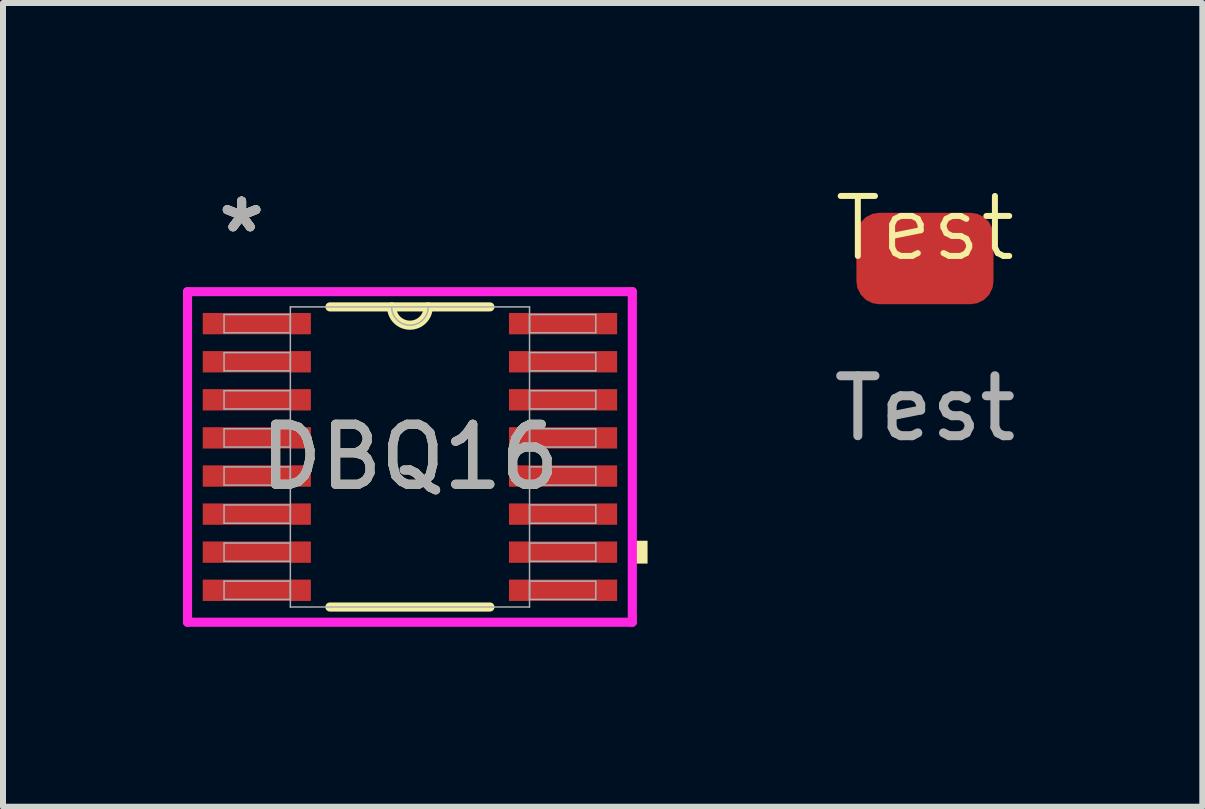
<source format=kicad_pcb>
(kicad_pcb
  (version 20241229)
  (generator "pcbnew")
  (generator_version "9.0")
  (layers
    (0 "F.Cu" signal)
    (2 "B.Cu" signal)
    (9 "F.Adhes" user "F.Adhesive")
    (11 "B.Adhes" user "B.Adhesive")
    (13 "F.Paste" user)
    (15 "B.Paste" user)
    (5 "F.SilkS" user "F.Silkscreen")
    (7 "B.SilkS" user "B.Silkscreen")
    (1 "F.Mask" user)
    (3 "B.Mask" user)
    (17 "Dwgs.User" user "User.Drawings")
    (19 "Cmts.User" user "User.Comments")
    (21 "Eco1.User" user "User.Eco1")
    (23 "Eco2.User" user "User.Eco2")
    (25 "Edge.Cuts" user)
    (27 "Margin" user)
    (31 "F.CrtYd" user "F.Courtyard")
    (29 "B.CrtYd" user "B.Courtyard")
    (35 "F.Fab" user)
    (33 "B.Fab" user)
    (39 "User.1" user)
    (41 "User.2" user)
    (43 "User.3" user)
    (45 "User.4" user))
  (footprint "Test"
    (layer "F.Cu")
    (at 12.372 1.26)
    (property "Reference" "Test" (at 0 -0.5 0) (unlocked yes) (layer "F.SilkS") (effects (font (size 1 1) (thickness 0.1))))
    (attr smd)
    (fp_text user "${REFERENCE}" (at 0 2.5 0) (unlocked yes) (layer "F.Fab") (effects (font (size 1 1) (thickness 0.15))))
    (pad "1" smd roundrect (at 0 0) (size 2.286 1.524) (layers "F.Cu" "F.Mask" "F.Paste") (roundrect_rratio 0.25)))
  (footprint "DBQ16"
    (layer "F.Cu")
    (at 3.785 4.569)
    (property "Reference" "DBQ16" (at 0 0 0) (unlocked yes) (layer "F.SilkS") (effects (font (size 1 1) (thickness 0.15))))
    (attr smd)
    (fp_line (start -1.334 2.502) (end 1.334 2.502) (stroke (width 0.152) (type solid)) (layer "F.SilkS"))
    (fp_line (start 1.334 -2.502) (end -1.334 -2.502) (stroke (width 0.152) (type solid)) (layer "F.SilkS"))
    (fp_arc (start 0.3048 -2.5019) (mid 0 -2.1971) (end -0.3048 -2.5019) (stroke (width 0.1524) (type solid)) (layer "F.SilkS"))
    (fp_poly (pts (xy 3.962 1.397) (xy 3.962 1.778) (xy 3.708 1.778) (xy 3.708 1.397)) (stroke (width 0) (type solid)) (fill yes) (layer "F.SilkS"))
    (fp_line (start -3.708 -2.756) (end 3.708 -2.756) (stroke (width 0.152) (type solid)) (layer "F.CrtYd"))
    (fp_line (start -3.708 2.756) (end -3.708 -2.756) (stroke (width 0.152) (type solid)) (layer "F.CrtYd"))
    (fp_line (start 3.708 -2.756) (end 3.708 2.756) (stroke (width 0.152) (type solid)) (layer "F.CrtYd"))
    (fp_line (start 3.708 2.756) (end -3.708 2.756) (stroke (width 0.152) (type solid)) (layer "F.CrtYd"))
    (fp_line (start -3.099 -2.375) (end -3.099 -2.07) (stroke (width 0.025) (type solid)) (layer "F.Fab"))
    (fp_line (start -3.099 -2.07) (end -1.994 -2.07) (stroke (width 0.025) (type solid)) (layer "F.Fab"))
    (fp_line (start -3.099 -1.74) (end -3.099 -1.435) (stroke (width 0.025) (type solid)) (layer "F.Fab"))
    (fp_line (start -3.099 -1.435) (end -1.994 -1.435) (stroke (width 0.025) (type solid)) (layer "F.Fab"))
    (fp_line (start -3.099 -1.105) (end -3.099 -0.8) (stroke (width 0.025) (type solid)) (layer "F.Fab"))
    (fp_line (start -3.099 -0.8) (end -1.994 -0.8) (stroke (width 0.025) (type solid)) (layer "F.Fab"))
    (fp_line (start -3.099 -0.47) (end -3.099 -0.165) (stroke (width 0.025) (type solid)) (layer "F.Fab"))
    (fp_line (start -3.099 -0.165) (end -1.994 -0.165) (stroke (width 0.025) (type solid)) (layer "F.Fab"))
    (fp_line (start -3.099 0.165) (end -3.099 0.47) (stroke (width 0.025) (type solid)) (layer "F.Fab"))
    (fp_line (start -3.099 0.47) (end -1.994 0.47) (stroke (width 0.025) (type solid)) (layer "F.Fab"))
    (fp_line (start -3.099 0.8) (end -3.099 1.105) (stroke (width 0.025) (type solid)) (layer "F.Fab"))
    (fp_line (start -3.099 1.105) (end -1.994 1.105) (stroke (width 0.025) (type solid)) (layer "F.Fab"))
    (fp_line (start -3.099 1.435) (end -3.099 1.74) (stroke (width 0.025) (type solid)) (layer "F.Fab"))
    (fp_line (start -3.099 1.74) (end -1.994 1.74) (stroke (width 0.025) (type solid)) (layer "F.Fab"))
    (fp_line (start -3.099 2.07) (end -3.099 2.375) (stroke (width 0.025) (type solid)) (layer "F.Fab"))
    (fp_line (start -3.099 2.375) (end -1.994 2.375) (stroke (width 0.025) (type solid)) (layer "F.Fab"))
    (fp_line (start -1.994 -2.502) (end -1.994 2.502) (stroke (width 0.025) (type solid)) (layer "F.Fab"))
    (fp_line (start -1.994 -2.375) (end -3.099 -2.375) (stroke (width 0.025) (type solid)) (layer "F.Fab"))
    (fp_line (start -1.994 -2.07) (end -1.994 -2.375) (stroke (width 0.025) (type solid)) (layer "F.Fab"))
    (fp_line (start -1.994 -1.74) (end -3.099 -1.74) (stroke (width 0.025) (type solid)) (layer "F.Fab"))
    (fp_line (start -1.994 -1.435) (end -1.994 -1.74) (stroke (width 0.025) (type solid)) (layer "F.Fab"))
    (fp_line (start -1.994 -1.105) (end -3.099 -1.105) (stroke (width 0.025) (type solid)) (layer "F.Fab"))
    (fp_line (start -1.994 -0.8) (end -1.994 -1.105) (stroke (width 0.025) (type solid)) (layer "F.Fab"))
    (fp_line (start -1.994 -0.47) (end -3.099 -0.47) (stroke (width 0.025) (type solid)) (layer "F.Fab"))
    (fp_line (start -1.994 -0.165) (end -1.994 -0.47) (stroke (width 0.025) (type solid)) (layer "F.Fab"))
    (fp_line (start -1.994 0.165) (end -3.099 0.165) (stroke (width 0.025) (type solid)) (layer "F.Fab"))
    (fp_line (start -1.994 0.47) (end -1.994 0.165) (stroke (width 0.025) (type solid)) (layer "F.Fab"))
    (fp_line (start -1.994 0.8) (end -3.099 0.8) (stroke (width 0.025) (type solid)) (layer "F.Fab"))
    (fp_line (start -1.994 1.105) (end -1.994 0.8) (stroke (width 0.025) (type solid)) (layer "F.Fab"))
    (fp_line (start -1.994 1.435) (end -3.099 1.435) (stroke (width 0.025) (type solid)) (layer "F.Fab"))
    (fp_line (start -1.994 1.74) (end -1.994 1.435) (stroke (width 0.025) (type solid)) (layer "F.Fab"))
    (fp_line (start -1.994 2.07) (end -3.099 2.07) (stroke (width 0.025) (type solid)) (layer "F.Fab"))
    (fp_line (start -1.994 2.375) (end -1.994 2.07) (stroke (width 0.025) (type solid)) (layer "F.Fab"))
    (fp_line (start -1.994 2.502) (end 1.994 2.502) (stroke (width 0.025) (type solid)) (layer "F.Fab"))
    (fp_line (start 1.994 -2.502) (end -1.994 -2.502) (stroke (width 0.025) (type solid)) (layer "F.Fab"))
    (fp_line (start 1.994 -2.375) (end 1.994 -2.07) (stroke (width 0.025) (type solid)) (layer "F.Fab"))
    (fp_line (start 1.994 -2.07) (end 3.099 -2.07) (stroke (width 0.025) (type solid)) (layer "F.Fab"))
    (fp_line (start 1.994 -1.74) (end 1.994 -1.435) (stroke (width 0.025) (type solid)) (layer "F.Fab"))
    (fp_line (start 1.994 -1.435) (end 3.099 -1.435) (stroke (width 0.025) (type solid)) (layer "F.Fab"))
    (fp_line (start 1.994 -1.105) (end 1.994 -0.8) (stroke (width 0.025) (type solid)) (layer "F.Fab"))
    (fp_line (start 1.994 -0.8) (end 3.099 -0.8) (stroke (width 0.025) (type solid)) (layer "F.Fab"))
    (fp_line (start 1.994 -0.47) (end 1.994 -0.165) (stroke (width 0.025) (type solid)) (layer "F.Fab"))
    (fp_line (start 1.994 -0.165) (end 3.099 -0.165) (stroke (width 0.025) (type solid)) (layer "F.Fab"))
    (fp_line (start 1.994 0.165) (end 1.994 0.47) (stroke (width 0.025) (type solid)) (layer "F.Fab"))
    (fp_line (start 1.994 0.47) (end 3.099 0.47) (stroke (width 0.025) (type solid)) (layer "F.Fab"))
    (fp_line (start 1.994 0.8) (end 1.994 1.105) (stroke (width 0.025) (type solid)) (layer "F.Fab"))
    (fp_line (start 1.994 1.105) (end 3.099 1.105) (stroke (width 0.025) (type solid)) (layer "F.Fab"))
    (fp_line (start 1.994 1.435) (end 1.994 1.74) (stroke (width 0.025) (type solid)) (layer "F.Fab"))
    (fp_line (start 1.994 1.74) (end 3.099 1.74) (stroke (width 0.025) (type solid)) (layer "F.Fab"))
    (fp_line (start 1.994 2.07) (end 1.994 2.375) (stroke (width 0.025) (type solid)) (layer "F.Fab"))
    (fp_line (start 1.994 2.375) (end 3.099 2.375) (stroke (width 0.025) (type solid)) (layer "F.Fab"))
    (fp_line (start 1.994 2.502) (end 1.994 -2.502) (stroke (width 0.025) (type solid)) (layer "F.Fab"))
    (fp_line (start 3.099 -2.375) (end 1.994 -2.375) (stroke (width 0.025) (type solid)) (layer "F.Fab"))
    (fp_line (start 3.099 -2.07) (end 3.099 -2.375) (stroke (width 0.025) (type solid)) (layer "F.Fab"))
    (fp_line (start 3.099 -1.74) (end 1.994 -1.74) (stroke (width 0.025) (type solid)) (layer "F.Fab"))
    (fp_line (start 3.099 -1.435) (end 3.099 -1.74) (stroke (width 0.025) (type solid)) (layer "F.Fab"))
    (fp_line (start 3.099 -1.105) (end 1.994 -1.105) (stroke (width 0.025) (type solid)) (layer "F.Fab"))
    (fp_line (start 3.099 -0.8) (end 3.099 -1.105) (stroke (width 0.025) (type solid)) (layer "F.Fab"))
    (fp_line (start 3.099 -0.47) (end 1.994 -0.47) (stroke (width 0.025) (type solid)) (layer "F.Fab"))
    (fp_line (start 3.099 -0.165) (end 3.099 -0.47) (stroke (width 0.025) (type solid)) (layer "F.Fab"))
    (fp_line (start 3.099 0.165) (end 1.994 0.165) (stroke (width 0.025) (type solid)) (layer "F.Fab"))
    (fp_line (start 3.099 0.47) (end 3.099 0.165) (stroke (width 0.025) (type solid)) (layer "F.Fab"))
    (fp_line (start 3.099 0.8) (end 1.994 0.8) (stroke (width 0.025) (type solid)) (layer "F.Fab"))
    (fp_line (start 3.099 1.105) (end 3.099 0.8) (stroke (width 0.025) (type solid)) (layer "F.Fab"))
    (fp_line (start 3.099 1.435) (end 1.994 1.435) (stroke (width 0.025) (type solid)) (layer "F.Fab"))
    (fp_line (start 3.099 1.74) (end 3.099 1.435) (stroke (width 0.025) (type solid)) (layer "F.Fab"))
    (fp_line (start 3.099 2.07) (end 1.994 2.07) (stroke (width 0.025) (type solid)) (layer "F.Fab"))
    (fp_line (start 3.099 2.375) (end 3.099 2.07) (stroke (width 0.025) (type solid)) (layer "F.Fab"))
    (fp_arc (start 0.3048 -2.5019) (mid 0 -2.1971) (end -0.3048 -2.5019) (stroke (width 0.0254) (type solid)) (layer "F.Fab"))
    (fp_text user "*" (at -2.807 -3.721 0) (layer "F.SilkS") (effects (font (size 1 1) (thickness 0.15))))
    (fp_text user "*" (at -2.807 -3.721 0) (unlocked yes) (layer "F.SilkS") (effects (font (size 1 1) (thickness 0.15))))
    (fp_text user "*" (at -2.807 -3.721 0) (layer "F.Fab") (effects (font (size 1 1) (thickness 0.15))))
    (fp_text user "*" (at -2.807 -3.721 0) (unlocked yes) (layer "F.Fab") (effects (font (size 1 1) (thickness 0.15))))
    (fp_text user "${REFERENCE}" (at 0 0 0) (unlocked yes) (layer "F.Fab") (effects (font (size 1 1) (thickness 0.15))))
    (pad "1" smd rect (at -2.553 -2.223) (size 1.803 0.356) (layers "F.Cu" "F.Mask" "F.Paste"))
    (pad "2" smd rect (at -2.553 -1.587) (size 1.803 0.356) (layers "F.Cu" "F.Mask" "F.Paste"))
    (pad "3" smd rect (at -2.553 -0.953) (size 1.803 0.356) (layers "F.Cu" "F.Mask" "F.Paste"))
    (pad "4" smd rect (at -2.553 -0.318) (size 1.803 0.356) (layers "F.Cu" "F.Mask" "F.Paste"))
    (pad "5" smd rect (at -2.553 0.318) (size 1.803 0.356) (layers "F.Cu" "F.Mask" "F.Paste"))
    (pad "6" smd rect (at -2.553 0.953) (size 1.803 0.356) (layers "F.Cu" "F.Mask" "F.Paste"))
    (pad "7" smd rect (at -2.553 1.587) (size 1.803 0.356) (layers "F.Cu" "F.Mask" "F.Paste"))
    (pad "8" smd rect (at -2.553 2.223) (size 1.803 0.356) (layers "F.Cu" "F.Mask" "F.Paste"))
    (pad "9" smd rect (at 2.553 2.223) (size 1.803 0.356) (layers "F.Cu" "F.Mask" "F.Paste"))
    (pad "10" smd rect (at 2.553 1.587) (size 1.803 0.356) (layers "F.Cu" "F.Mask" "F.Paste"))
    (pad "11" smd rect (at 2.553 0.953) (size 1.803 0.356) (layers "F.Cu" "F.Mask" "F.Paste"))
    (pad "12" smd rect (at 2.553 0.318) (size 1.803 0.356) (layers "F.Cu" "F.Mask" "F.Paste"))
    (pad "13" smd rect (at 2.553 -0.318) (size 1.803 0.356) (layers "F.Cu" "F.Mask" "F.Paste"))
    (pad "14" smd rect (at 2.553 -0.953) (size 1.803 0.356) (layers "F.Cu" "F.Mask" "F.Paste"))
    (pad "15" smd rect (at 2.553 -1.587) (size 1.803 0.356) (layers "F.Cu" "F.Mask" "F.Paste"))
    (pad "16" smd rect (at 2.553 -2.223) (size 1.803 0.356) (layers "F.Cu" "F.Mask" "F.Paste")))
  (gr_rect
    (start -3 -3)
    (end 16.997 10.401)
    (stroke (width 0.1) (type default))
    (fill no)
    (layer "Edge.Cuts")))
</source>
